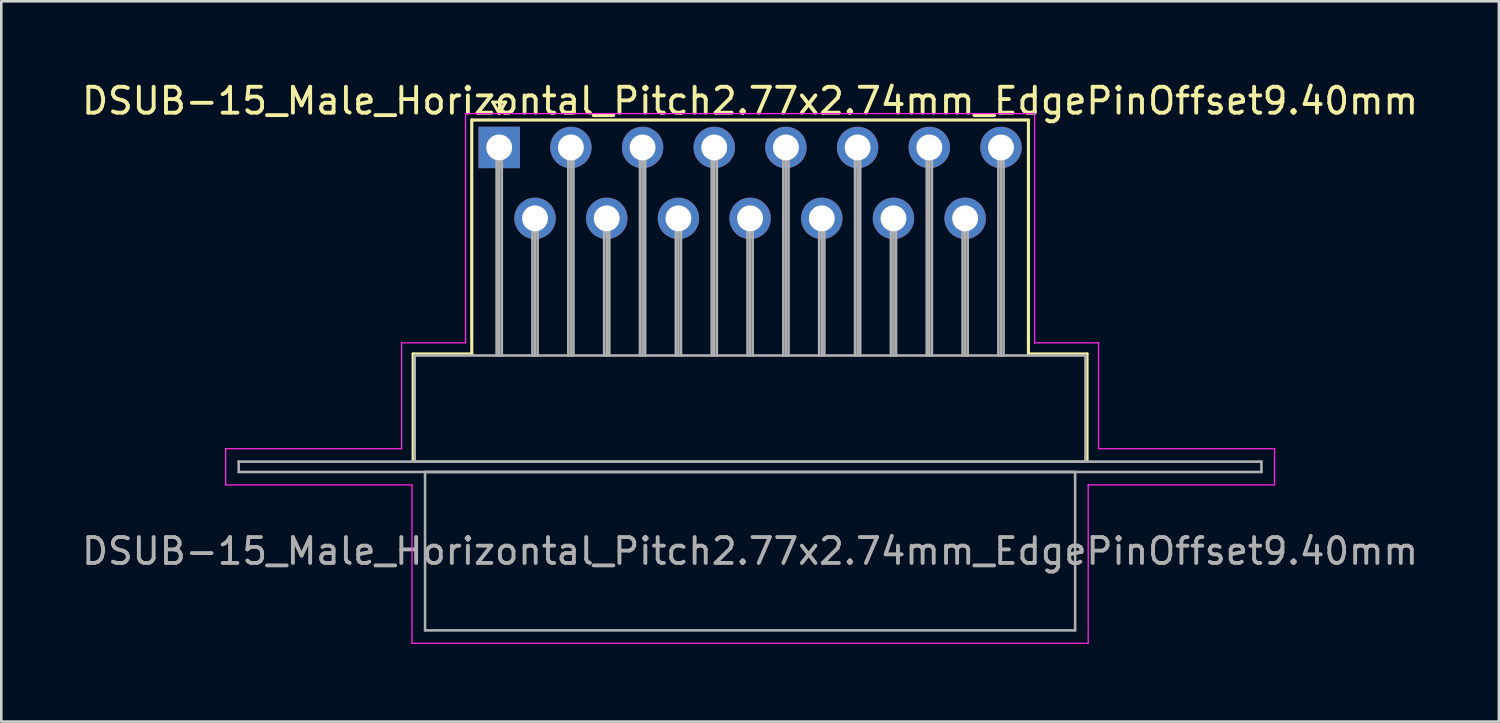
<source format=kicad_pcb>
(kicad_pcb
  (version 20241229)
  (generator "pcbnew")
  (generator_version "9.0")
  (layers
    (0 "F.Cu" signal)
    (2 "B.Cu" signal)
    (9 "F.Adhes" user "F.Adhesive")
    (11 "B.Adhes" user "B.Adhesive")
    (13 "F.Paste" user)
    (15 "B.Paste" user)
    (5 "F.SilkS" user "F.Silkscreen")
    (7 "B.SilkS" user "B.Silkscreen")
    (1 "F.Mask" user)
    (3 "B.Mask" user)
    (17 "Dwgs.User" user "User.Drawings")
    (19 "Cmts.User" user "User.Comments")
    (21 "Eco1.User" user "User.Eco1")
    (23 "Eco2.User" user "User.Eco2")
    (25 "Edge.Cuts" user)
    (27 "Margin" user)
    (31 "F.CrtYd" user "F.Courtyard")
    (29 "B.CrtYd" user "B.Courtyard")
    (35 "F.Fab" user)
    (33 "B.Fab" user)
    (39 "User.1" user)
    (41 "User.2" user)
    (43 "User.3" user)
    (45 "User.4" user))
  (footprint "DSUB-15_Male_Horizontal_Pitch2.77x2.74mm_EdgePinOffset9.40mm"
    (layer "F.Cu")
    (at 16.24 2.648)
    (property "Reference" "DSUB-15_Male_Horizontal_Pitch2.77x2.74mm_EdgePinOffset9.40mm" (at 9.695 -1.8 0) (layer "F.SilkS") (effects (font (size 1 1) (thickness 0.15))))
    (attr through_hole)
    (fp_line (start -3.325 7.98) (end -1.06 7.98) (stroke (width 0.12) (type solid)) (layer "F.SilkS"))
    (fp_line (start -3.325 12.08) (end -3.325 7.98) (stroke (width 0.12) (type solid)) (layer "F.SilkS"))
    (fp_line (start -1.06 -1.06) (end 20.45 -1.06) (stroke (width 0.12) (type solid)) (layer "F.SilkS"))
    (fp_line (start -1.06 7.98) (end -1.06 -1.06) (stroke (width 0.12) (type solid)) (layer "F.SilkS"))
    (fp_line (start -0.25 -1.754) (end 0.25 -1.754) (stroke (width 0.12) (type solid)) (layer "F.SilkS"))
    (fp_line (start 0 -1.321) (end -0.25 -1.754) (stroke (width 0.12) (type solid)) (layer "F.SilkS"))
    (fp_line (start 0.25 -1.754) (end 0 -1.321) (stroke (width 0.12) (type solid)) (layer "F.SilkS"))
    (fp_line (start 20.45 -1.06) (end 20.45 7.98) (stroke (width 0.12) (type solid)) (layer "F.SilkS"))
    (fp_line (start 20.45 7.98) (end 22.715 7.98) (stroke (width 0.12) (type solid)) (layer "F.SilkS"))
    (fp_line (start 22.715 7.98) (end 22.715 12.08) (stroke (width 0.12) (type solid)) (layer "F.SilkS"))
    (fp_line (start -10.57 11.64) (end -3.77 11.64) (stroke (width 0.05) (type solid)) (layer "F.CrtYd"))
    (fp_line (start -10.57 13.04) (end -10.57 11.64) (stroke (width 0.05) (type solid)) (layer "F.CrtYd"))
    (fp_line (start -3.77 7.55) (end -1.3 7.55) (stroke (width 0.05) (type solid)) (layer "F.CrtYd"))
    (fp_line (start -3.77 11.64) (end -3.77 7.55) (stroke (width 0.05) (type solid)) (layer "F.CrtYd"))
    (fp_line (start -3.37 13.04) (end -10.57 13.04) (stroke (width 0.05) (type solid)) (layer "F.CrtYd"))
    (fp_line (start -3.37 19.16) (end -3.37 13.04) (stroke (width 0.05) (type solid)) (layer "F.CrtYd"))
    (fp_line (start -1.3 -1.31) (end 20.69 -1.31) (stroke (width 0.05) (type solid)) (layer "F.CrtYd"))
    (fp_line (start -1.3 7.55) (end -1.3 -1.31) (stroke (width 0.05) (type solid)) (layer "F.CrtYd"))
    (fp_line (start 20.69 -1.31) (end 20.69 7.55) (stroke (width 0.05) (type solid)) (layer "F.CrtYd"))
    (fp_line (start 20.69 7.55) (end 23.16 7.55) (stroke (width 0.05) (type solid)) (layer "F.CrtYd"))
    (fp_line (start 22.76 13.04) (end 22.76 19.16) (stroke (width 0.05) (type solid)) (layer "F.CrtYd"))
    (fp_line (start 22.76 19.16) (end -3.37 19.16) (stroke (width 0.05) (type solid)) (layer "F.CrtYd"))
    (fp_line (start 23.16 7.55) (end 23.16 11.64) (stroke (width 0.05) (type solid)) (layer "F.CrtYd"))
    (fp_line (start 23.16 11.64) (end 29.96 11.64) (stroke (width 0.05) (type solid)) (layer "F.CrtYd"))
    (fp_line (start 29.96 11.64) (end 29.96 13.04) (stroke (width 0.05) (type solid)) (layer "F.CrtYd"))
    (fp_line (start 29.96 13.04) (end 22.76 13.04) (stroke (width 0.05) (type solid)) (layer "F.CrtYd"))
    (fp_line (start -10.065 12.14) (end -10.065 12.54) (stroke (width 0.1) (type solid)) (layer "F.Fab"))
    (fp_line (start -10.065 12.54) (end 29.455 12.54) (stroke (width 0.1) (type solid)) (layer "F.Fab"))
    (fp_line (start -3.265 8.04) (end -3.265 12.14) (stroke (width 0.1) (type solid)) (layer "F.Fab"))
    (fp_line (start -3.265 12.14) (end 22.655 12.14) (stroke (width 0.1) (type solid)) (layer "F.Fab"))
    (fp_line (start -2.865 12.54) (end -2.865 18.66) (stroke (width 0.1) (type solid)) (layer "F.Fab"))
    (fp_line (start -2.865 18.66) (end 22.255 18.66) (stroke (width 0.1) (type solid)) (layer "F.Fab"))
    (fp_line (start -0.1 0) (end -0.1 8.04) (stroke (width 0.1) (type solid)) (layer "F.Fab"))
    (fp_line (start 0 0) (end 0 8.04) (stroke (width 0.1) (type solid)) (layer "F.Fab"))
    (fp_line (start 0.1 0) (end 0.1 8.04) (stroke (width 0.1) (type solid)) (layer "F.Fab"))
    (fp_line (start 1.285 2.74) (end 1.285 8.04) (stroke (width 0.1) (type solid)) (layer "F.Fab"))
    (fp_line (start 1.385 2.74) (end 1.385 8.04) (stroke (width 0.1) (type solid)) (layer "F.Fab"))
    (fp_line (start 1.485 2.74) (end 1.485 8.04) (stroke (width 0.1) (type solid)) (layer "F.Fab"))
    (fp_line (start 2.67 0) (end 2.67 8.04) (stroke (width 0.1) (type solid)) (layer "F.Fab"))
    (fp_line (start 2.77 0) (end 2.77 8.04) (stroke (width 0.1) (type solid)) (layer "F.Fab"))
    (fp_line (start 2.87 0) (end 2.87 8.04) (stroke (width 0.1) (type solid)) (layer "F.Fab"))
    (fp_line (start 4.055 2.74) (end 4.055 8.04) (stroke (width 0.1) (type solid)) (layer "F.Fab"))
    (fp_line (start 4.155 2.74) (end 4.155 8.04) (stroke (width 0.1) (type solid)) (layer "F.Fab"))
    (fp_line (start 4.255 2.74) (end 4.255 8.04) (stroke (width 0.1) (type solid)) (layer "F.Fab"))
    (fp_line (start 5.44 0) (end 5.44 8.04) (stroke (width 0.1) (type solid)) (layer "F.Fab"))
    (fp_line (start 5.54 0) (end 5.54 8.04) (stroke (width 0.1) (type solid)) (layer "F.Fab"))
    (fp_line (start 5.64 0) (end 5.64 8.04) (stroke (width 0.1) (type solid)) (layer "F.Fab"))
    (fp_line (start 6.825 2.74) (end 6.825 8.04) (stroke (width 0.1) (type solid)) (layer "F.Fab"))
    (fp_line (start 6.925 2.74) (end 6.925 8.04) (stroke (width 0.1) (type solid)) (layer "F.Fab"))
    (fp_line (start 7.025 2.74) (end 7.025 8.04) (stroke (width 0.1) (type solid)) (layer "F.Fab"))
    (fp_line (start 8.21 0) (end 8.21 8.04) (stroke (width 0.1) (type solid)) (layer "F.Fab"))
    (fp_line (start 8.31 0) (end 8.31 8.04) (stroke (width 0.1) (type solid)) (layer "F.Fab"))
    (fp_line (start 8.41 0) (end 8.41 8.04) (stroke (width 0.1) (type solid)) (layer "F.Fab"))
    (fp_line (start 9.595 2.74) (end 9.595 8.04) (stroke (width 0.1) (type solid)) (layer "F.Fab"))
    (fp_line (start 9.695 2.74) (end 9.695 8.04) (stroke (width 0.1) (type solid)) (layer "F.Fab"))
    (fp_line (start 9.795 2.74) (end 9.795 8.04) (stroke (width 0.1) (type solid)) (layer "F.Fab"))
    (fp_line (start 10.98 0) (end 10.98 8.04) (stroke (width 0.1) (type solid)) (layer "F.Fab"))
    (fp_line (start 11.08 0) (end 11.08 8.04) (stroke (width 0.1) (type solid)) (layer "F.Fab"))
    (fp_line (start 11.18 0) (end 11.18 8.04) (stroke (width 0.1) (type solid)) (layer "F.Fab"))
    (fp_line (start 12.365 2.74) (end 12.365 8.04) (stroke (width 0.1) (type solid)) (layer "F.Fab"))
    (fp_line (start 12.465 2.74) (end 12.465 8.04) (stroke (width 0.1) (type solid)) (layer "F.Fab"))
    (fp_line (start 12.565 2.74) (end 12.565 8.04) (stroke (width 0.1) (type solid)) (layer "F.Fab"))
    (fp_line (start 13.75 0) (end 13.75 8.04) (stroke (width 0.1) (type solid)) (layer "F.Fab"))
    (fp_line (start 13.85 0) (end 13.85 8.04) (stroke (width 0.1) (type solid)) (layer "F.Fab"))
    (fp_line (start 13.95 0) (end 13.95 8.04) (stroke (width 0.1) (type solid)) (layer "F.Fab"))
    (fp_line (start 15.135 2.74) (end 15.135 8.04) (stroke (width 0.1) (type solid)) (layer "F.Fab"))
    (fp_line (start 15.235 2.74) (end 15.235 8.04) (stroke (width 0.1) (type solid)) (layer "F.Fab"))
    (fp_line (start 15.335 2.74) (end 15.335 8.04) (stroke (width 0.1) (type solid)) (layer "F.Fab"))
    (fp_line (start 16.52 0) (end 16.52 8.04) (stroke (width 0.1) (type solid)) (layer "F.Fab"))
    (fp_line (start 16.62 0) (end 16.62 8.04) (stroke (width 0.1) (type solid)) (layer "F.Fab"))
    (fp_line (start 16.72 0) (end 16.72 8.04) (stroke (width 0.1) (type solid)) (layer "F.Fab"))
    (fp_line (start 17.905 2.74) (end 17.905 8.04) (stroke (width 0.1) (type solid)) (layer "F.Fab"))
    (fp_line (start 18.005 2.74) (end 18.005 8.04) (stroke (width 0.1) (type solid)) (layer "F.Fab"))
    (fp_line (start 18.105 2.74) (end 18.105 8.04) (stroke (width 0.1) (type solid)) (layer "F.Fab"))
    (fp_line (start 19.29 0) (end 19.29 8.04) (stroke (width 0.1) (type solid)) (layer "F.Fab"))
    (fp_line (start 19.39 0) (end 19.39 8.04) (stroke (width 0.1) (type solid)) (layer "F.Fab"))
    (fp_line (start 19.49 0) (end 19.49 8.04) (stroke (width 0.1) (type solid)) (layer "F.Fab"))
    (fp_line (start 22.255 12.54) (end -2.865 12.54) (stroke (width 0.1) (type solid)) (layer "F.Fab"))
    (fp_line (start 22.255 18.66) (end 22.255 12.54) (stroke (width 0.1) (type solid)) (layer "F.Fab"))
    (fp_line (start 22.655 8.04) (end -3.265 8.04) (stroke (width 0.1) (type solid)) (layer "F.Fab"))
    (fp_line (start 22.655 12.14) (end 22.655 8.04) (stroke (width 0.1) (type solid)) (layer "F.Fab"))
    (fp_line (start 29.455 12.14) (end -10.065 12.14) (stroke (width 0.1) (type solid)) (layer "F.Fab"))
    (fp_line (start 29.455 12.54) (end 29.455 12.14) (stroke (width 0.1) (type solid)) (layer "F.Fab"))
    (fp_text user "${REFERENCE}" (at 9.695 15.6 0) (layer "F.Fab") (effects (font (size 1 1) (thickness 0.15))))
    (pad "1" thru_hole rect (at 0 0) (size 1.6 1.6) (drill 1) (layers "*.Cu" "*.Mask"))
    (pad "2" thru_hole circle (at 2.77 0) (size 1.6 1.6) (drill 1) (layers "*.Cu" "*.Mask"))
    (pad "3" thru_hole circle (at 5.54 0) (size 1.6 1.6) (drill 1) (layers "*.Cu" "*.Mask"))
    (pad "4" thru_hole circle (at 8.31 0) (size 1.6 1.6) (drill 1) (layers "*.Cu" "*.Mask"))
    (pad "5" thru_hole circle (at 11.08 0) (size 1.6 1.6) (drill 1) (layers "*.Cu" "*.Mask"))
    (pad "6" thru_hole circle (at 13.85 0) (size 1.6 1.6) (drill 1) (layers "*.Cu" "*.Mask"))
    (pad "7" thru_hole circle (at 16.62 0) (size 1.6 1.6) (drill 1) (layers "*.Cu" "*.Mask"))
    (pad "8" thru_hole circle (at 19.39 0) (size 1.6 1.6) (drill 1) (layers "*.Cu" "*.Mask"))
    (pad "9" thru_hole circle (at 1.385 2.74) (size 1.6 1.6) (drill 1) (layers "*.Cu" "*.Mask"))
    (pad "10" thru_hole circle (at 4.155 2.74) (size 1.6 1.6) (drill 1) (layers "*.Cu" "*.Mask"))
    (pad "11" thru_hole circle (at 6.925 2.74) (size 1.6 1.6) (drill 1) (layers "*.Cu" "*.Mask"))
    (pad "12" thru_hole circle (at 9.695 2.74) (size 1.6 1.6) (drill 1) (layers "*.Cu" "*.Mask"))
    (pad "13" thru_hole circle (at 12.465 2.74) (size 1.6 1.6) (drill 1) (layers "*.Cu" "*.Mask"))
    (pad "14" thru_hole circle (at 15.235 2.74) (size 1.6 1.6) (drill 1) (layers "*.Cu" "*.Mask"))
    (pad "15" thru_hole circle (at 18.005 2.74) (size 1.6 1.6) (drill 1) (layers "*.Cu" "*.Mask")))
  (gr_rect
    (start -3 -3)
    (end 54.869 24.833)
    (stroke (width 0.1) (type default))
    (fill no)
    (layer "Edge.Cuts")))
</source>
